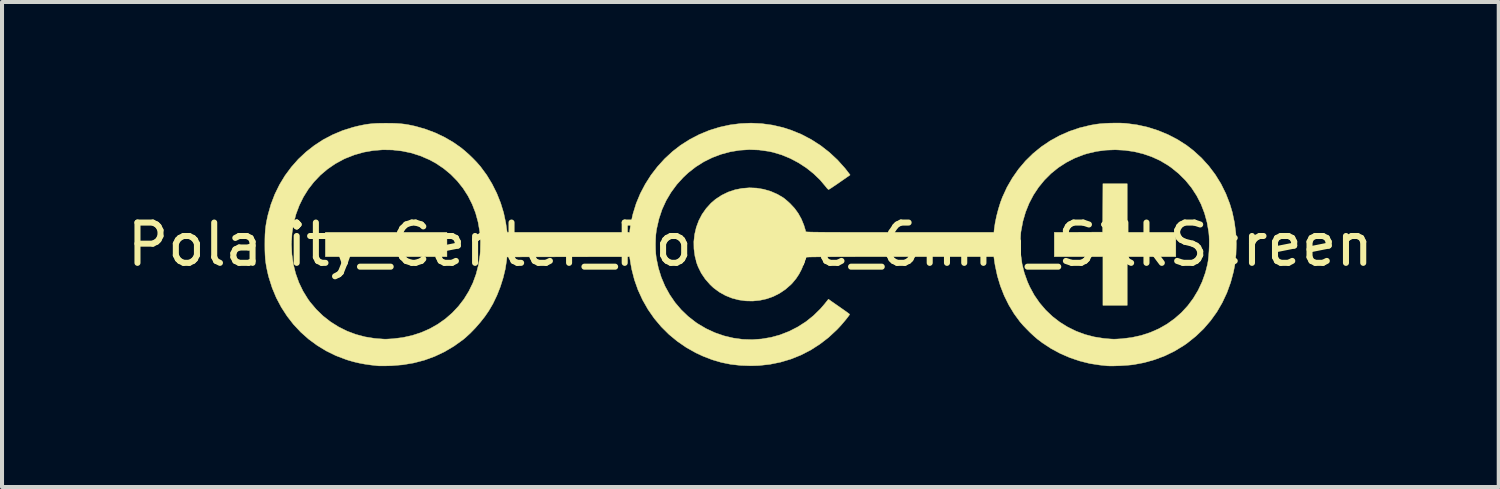
<source format=kicad_pcb>
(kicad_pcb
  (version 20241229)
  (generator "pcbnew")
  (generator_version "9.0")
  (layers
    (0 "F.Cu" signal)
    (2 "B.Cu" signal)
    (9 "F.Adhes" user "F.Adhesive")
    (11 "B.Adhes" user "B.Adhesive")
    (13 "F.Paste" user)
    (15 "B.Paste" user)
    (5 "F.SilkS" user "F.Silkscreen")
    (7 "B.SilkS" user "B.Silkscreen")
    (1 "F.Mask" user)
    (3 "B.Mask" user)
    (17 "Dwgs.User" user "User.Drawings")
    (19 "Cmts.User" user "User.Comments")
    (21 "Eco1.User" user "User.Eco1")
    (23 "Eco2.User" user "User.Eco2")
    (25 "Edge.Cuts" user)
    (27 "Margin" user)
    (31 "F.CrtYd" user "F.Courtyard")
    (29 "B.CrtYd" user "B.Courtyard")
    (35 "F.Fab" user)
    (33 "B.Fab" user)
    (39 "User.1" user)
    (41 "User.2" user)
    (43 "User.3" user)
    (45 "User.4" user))
  (footprint "Polarity_Center_Positive_6mm_SilkScreen"
    (layer "F.Cu")
    (at 15.577 3.02)
    (property "Reference" "Polarity_Center_Positive_6mm_SilkScreen" (at 0 0 0) (layer "F.SilkS") (effects (font (size 1 1) (thickness 0.15))))
    (attr exclude_from_pos_files exclude_from_bom)
    (fp_poly (pts (xy -7.532 0.302) (xy -10.55 0.302) (xy -10.55 -0.302) (xy -7.532 -0.302) (xy -7.532 0.302)) (stroke (width 0.01) (type solid)) (fill yes) (layer "F.SilkS"))
    (fp_poly (pts (xy 9.355 -0.302) (xy 10.562 -0.302) (xy 10.562 0.302) (xy 9.355 0.302) (xy 9.355 1.509) (xy 8.752 1.509) (xy 8.752 0.302) (xy 7.545 0.302) (xy 7.545 -0.302) (xy 8.145 -0.305) (xy 8.745 -0.308) (xy 8.749 -0.908) (xy 8.752 -1.509) (xy 9.355 -1.509) (xy 9.355 -0.302)) (stroke (width 0.01) (type solid)) (fill yes) (layer "F.SilkS"))
    (fp_poly (pts (xy 9.175 -3.015) (xy 9.284 -3.01) (xy 9.337 -3.006) (xy 9.605 -2.97) (xy 9.869 -2.911) (xy 10.125 -2.829) (xy 10.371 -2.727) (xy 10.606 -2.605) (xy 10.827 -2.464) (xy 11.002 -2.329) (xy 11.202 -2.146) (xy 11.382 -1.947) (xy 11.543 -1.733) (xy 11.684 -1.505) (xy 11.803 -1.264) (xy 11.901 -1.012) (xy 11.965 -0.798) (xy 12.018 -0.544) (xy 12.052 -0.282) (xy 12.064 -0.017) (xy 12.056 0.245) (xy 12.027 0.501) (xy 11.995 0.671) (xy 11.923 0.94) (xy 11.83 1.197) (xy 11.715 1.442) (xy 11.581 1.673) (xy 11.426 1.889) (xy 11.252 2.091) (xy 11.06 2.275) (xy 10.85 2.443) (xy 10.762 2.505) (xy 10.53 2.646) (xy 10.288 2.764) (xy 10.035 2.859) (xy 9.771 2.933) (xy 9.515 2.981) (xy 9.451 2.989) (xy 9.371 2.996) (xy 9.282 3.002) (xy 9.188 3.008) (xy 9.095 3.011) (xy 9.008 3.014) (xy 8.933 3.014) (xy 8.874 3.012) (xy 8.852 3.011) (xy 8.821 3.007) (xy 8.773 3.002) (xy 8.714 2.996) (xy 8.676 2.992) (xy 8.428 2.954) (xy 8.179 2.892) (xy 7.933 2.809) (xy 7.695 2.706) (xy 7.466 2.583) (xy 7.252 2.443) (xy 7.123 2.345) (xy 7.041 2.274) (xy 6.951 2.191) (xy 6.861 2.1) (xy 6.775 2.011) (xy 6.703 1.928) (xy 6.694 1.918) (xy 6.548 1.719) (xy 6.417 1.503) (xy 6.303 1.273) (xy 6.208 1.031) (xy 6.132 0.78) (xy 6.077 0.523) (xy 6.066 0.456) (xy 6.044 0.302) (xy 3.713 0.302) (xy 3.419 0.302) (xy 3.148 0.302) (xy 2.901 0.302) (xy 2.677 0.302) (xy 2.474 0.303) (xy 2.291 0.303) (xy 2.129 0.304) (xy 1.985 0.304) (xy 1.859 0.305) (xy 1.749 0.306) (xy 1.656 0.307) (xy 1.578 0.308) (xy 1.515 0.309) (xy 1.464 0.31) (xy 1.426 0.312) (xy 1.4 0.313) (xy 1.384 0.315) (xy 1.378 0.317) (xy 1.378 0.318) (xy 1.327 0.476) (xy 1.271 0.615) (xy 1.207 0.737) (xy 1.133 0.848) (xy 1.046 0.953) (xy 1.007 0.994) (xy 0.871 1.113) (xy 0.724 1.212) (xy 0.567 1.291) (xy 0.402 1.349) (xy 0.232 1.386) (xy 0.058 1.403) (xy -0.115 1.399) (xy -0.288 1.375) (xy -0.456 1.331) (xy -0.618 1.266) (xy -0.772 1.18) (xy -0.915 1.074) (xy -0.997 0.997) (xy -1.119 0.858) (xy -1.218 0.712) (xy -1.295 0.557) (xy -1.327 0.473) (xy -1.375 0.291) (xy -1.4 0.108) (xy -1.402 0.004) (xy 6.702 0.004) (xy 6.713 0.248) (xy 6.745 0.48) (xy 6.8 0.704) (xy 6.878 0.922) (xy 6.935 1.05) (xy 7.048 1.258) (xy 7.181 1.45) (xy 7.331 1.626) (xy 7.498 1.785) (xy 7.681 1.926) (xy 7.877 2.048) (xy 8.086 2.151) (xy 8.306 2.233) (xy 8.536 2.293) (xy 8.775 2.331) (xy 8.915 2.343) (xy 8.96 2.346) (xy 9 2.348) (xy 9.016 2.349) (xy 9.04 2.349) (xy 9.083 2.347) (xy 9.14 2.344) (xy 9.205 2.34) (xy 9.219 2.339) (xy 9.466 2.309) (xy 9.703 2.257) (xy 9.929 2.183) (xy 10.143 2.089) (xy 10.343 1.975) (xy 10.53 1.841) (xy 10.702 1.69) (xy 10.857 1.522) (xy 10.995 1.337) (xy 11.115 1.137) (xy 11.216 0.923) (xy 11.297 0.695) (xy 11.349 0.49) (xy 11.365 0.396) (xy 11.377 0.284) (xy 11.386 0.16) (xy 11.391 0.033) (xy 11.392 -0.091) (xy 11.388 -0.205) (xy 11.38 -0.298) (xy 11.338 -0.545) (xy 11.274 -0.779) (xy 11.188 -1.002) (xy 11.08 -1.212) (xy 10.952 -1.409) (xy 10.803 -1.592) (xy 10.634 -1.76) (xy 10.445 -1.913) (xy 10.361 -1.971) (xy 10.169 -2.085) (xy 9.963 -2.179) (xy 9.747 -2.253) (xy 9.522 -2.307) (xy 9.291 -2.34) (xy 9.058 -2.352) (xy 8.824 -2.343) (xy 8.592 -2.312) (xy 8.366 -2.259) (xy 8.274 -2.231) (xy 8.05 -2.144) (xy 7.841 -2.036) (xy 7.645 -1.909) (xy 7.465 -1.764) (xy 7.302 -1.601) (xy 7.156 -1.423) (xy 7.028 -1.23) (xy 6.92 -1.024) (xy 6.832 -0.805) (xy 6.765 -0.575) (xy 6.72 -0.335) (xy 6.715 -0.302) (xy 6.711 -0.25) (xy 6.707 -0.181) (xy 6.704 -0.103) (xy 6.702 -0.023) (xy 6.702 0.004) (xy -1.402 0.004) (xy -1.403 -0.074) (xy -1.383 -0.253) (xy -1.342 -0.427) (xy -1.28 -0.594) (xy -1.198 -0.751) (xy -1.096 -0.896) (xy -0.976 -1.028) (xy -0.864 -1.124) (xy -0.713 -1.223) (xy -0.551 -1.302) (xy -0.381 -1.359) (xy -0.205 -1.394) (xy -0.025 -1.408) (xy 0.154 -1.401) (xy 0.332 -1.371) (xy 0.506 -1.32) (xy 0.673 -1.247) (xy 0.811 -1.166) (xy 0.853 -1.135) (xy 0.904 -1.092) (xy 0.957 -1.045) (xy 0.99 -1.014) (xy 1.099 -0.897) (xy 1.19 -0.771) (xy 1.267 -0.632) (xy 1.33 -0.478) (xy 1.378 -0.318) (xy 1.383 -0.316) (xy 1.398 -0.314) (xy 1.423 -0.312) (xy 1.459 -0.311) (xy 1.508 -0.309) (xy 1.57 -0.308) (xy 1.646 -0.307) (xy 1.737 -0.306) (xy 1.845 -0.305) (xy 1.969 -0.304) (xy 2.11 -0.304) (xy 2.271 -0.303) (xy 2.451 -0.303) (xy 2.651 -0.302) (xy 2.873 -0.302) (xy 3.117 -0.302) (xy 3.384 -0.302) (xy 3.676 -0.302) (xy 6.046 -0.302) (xy 6.054 -0.38) (xy 6.077 -0.538) (xy 6.112 -0.707) (xy 6.157 -0.879) (xy 6.208 -1.044) (xy 6.257 -1.174) (xy 6.371 -1.422) (xy 6.506 -1.655) (xy 6.659 -1.873) (xy 6.83 -2.075) (xy 7.018 -2.259) (xy 7.221 -2.425) (xy 7.44 -2.573) (xy 7.672 -2.701) (xy 7.917 -2.809) (xy 8.173 -2.896) (xy 8.44 -2.961) (xy 8.593 -2.987) (xy 8.689 -2.999) (xy 8.803 -3.007) (xy 8.927 -3.013) (xy 9.053 -3.015) (xy 9.175 -3.015)) (stroke (width 0.01) (type solid)) (fill yes) (layer "F.SilkS"))
    (fp_poly (pts (xy 0.284 -3.001) (xy 0.547 -2.965) (xy 0.807 -2.905) (xy 1.012 -2.839) (xy 1.268 -2.734) (xy 1.512 -2.606) (xy 1.744 -2.457) (xy 1.961 -2.288) (xy 2.163 -2.1) (xy 2.349 -1.893) (xy 2.443 -1.772) (xy 2.477 -1.727) (xy 2.217 -1.546) (xy 2.145 -1.496) (xy 2.079 -1.452) (xy 2.023 -1.414) (xy 1.98 -1.386) (xy 1.951 -1.369) (xy 1.941 -1.364) (xy 1.927 -1.374) (xy 1.903 -1.398) (xy 1.876 -1.432) (xy 1.733 -1.602) (xy 1.57 -1.759) (xy 1.391 -1.902) (xy 1.198 -2.028) (xy 0.995 -2.136) (xy 0.783 -2.224) (xy 0.568 -2.289) (xy 0.458 -2.313) (xy 0.217 -2.347) (xy -0.023 -2.356) (xy -0.261 -2.341) (xy -0.494 -2.303) (xy -0.722 -2.242) (xy -0.943 -2.159) (xy -1.154 -2.055) (xy -1.354 -1.929) (xy -1.542 -1.782) (xy -1.66 -1.672) (xy -1.826 -1.49) (xy -1.969 -1.296) (xy -2.091 -1.09) (xy -2.191 -0.872) (xy -2.268 -0.641) (xy -2.324 -0.398) (xy -2.334 -0.34) (xy -2.346 -0.243) (xy -2.352 -0.129) (xy -2.355 -0.007) (xy -2.353 0.115) (xy -2.347 0.229) (xy -2.336 0.328) (xy -2.334 0.338) (xy -2.284 0.58) (xy -2.212 0.813) (xy -2.118 1.035) (xy -2.003 1.244) (xy -1.869 1.44) (xy -1.716 1.62) (xy -1.545 1.784) (xy -1.356 1.931) (xy -1.308 1.964) (xy -1.098 2.088) (xy -0.88 2.189) (xy -0.654 2.267) (xy -0.423 2.322) (xy -0.189 2.354) (xy 0.047 2.361) (xy 0.283 2.344) (xy 0.518 2.304) (xy 0.735 2.244) (xy 0.963 2.155) (xy 1.178 2.045) (xy 1.381 1.915) (xy 1.569 1.764) (xy 1.741 1.595) (xy 1.845 1.474) (xy 1.938 1.357) (xy 1.997 1.399) (xy 2.026 1.42) (xy 2.071 1.451) (xy 2.128 1.491) (xy 2.193 1.536) (xy 2.26 1.583) (xy 2.323 1.627) (xy 2.378 1.666) (xy 2.422 1.698) (xy 2.451 1.72) (xy 2.464 1.732) (xy 2.465 1.732) (xy 2.457 1.749) (xy 2.434 1.781) (xy 2.401 1.825) (xy 2.359 1.877) (xy 2.311 1.934) (xy 2.261 1.993) (xy 2.21 2.049) (xy 2.162 2.1) (xy 2.144 2.118) (xy 1.941 2.307) (xy 1.724 2.474) (xy 1.496 2.62) (xy 1.257 2.743) (xy 1.009 2.843) (xy 0.751 2.92) (xy 0.486 2.974) (xy 0.214 3.004) (xy 0.013 3.01) (xy -0.244 3.001) (xy -0.486 2.974) (xy -0.719 2.927) (xy -0.947 2.86) (xy -1.175 2.772) (xy -1.349 2.691) (xy -1.587 2.558) (xy -1.811 2.404) (xy -2.02 2.232) (xy -2.212 2.041) (xy -2.386 1.834) (xy -2.541 1.611) (xy -2.676 1.374) (xy -2.789 1.127) (xy -2.878 0.876) (xy -2.944 0.619) (xy -2.97 0.477) (xy -2.998 0.302) (xy -6.042 0.308) (xy -6.051 0.396) (xy -6.084 0.609) (xy -6.137 0.829) (xy -6.207 1.05) (xy -6.292 1.265) (xy -6.39 1.469) (xy -6.494 1.647) (xy -6.592 1.789) (xy -6.704 1.931) (xy -6.825 2.07) (xy -6.95 2.199) (xy -7.074 2.313) (xy -7.133 2.362) (xy -7.359 2.524) (xy -7.594 2.663) (xy -7.838 2.778) (xy -8.093 2.871) (xy -8.357 2.94) (xy -8.631 2.986) (xy -8.914 3.009) (xy -8.972 3.01) (xy -9.049 3.012) (xy -9.12 3.012) (xy -9.181 3.012) (xy -9.227 3.012) (xy -9.248 3.01) (xy -9.419 2.991) (xy -9.571 2.969) (xy -9.71 2.943) (xy -9.843 2.912) (xy -9.976 2.874) (xy -10.041 2.853) (xy -10.291 2.758) (xy -10.529 2.641) (xy -10.754 2.504) (xy -10.965 2.349) (xy -11.161 2.175) (xy -11.34 1.984) (xy -11.501 1.777) (xy -11.644 1.556) (xy -11.768 1.322) (xy -11.871 1.075) (xy -11.953 0.817) (xy -11.97 0.752) (xy -11.995 0.641) (xy -12.015 0.541) (xy -12.03 0.446) (xy -12.041 0.351) (xy -12.047 0.249) (xy -12.051 0.134) (xy -12.052 0) (xy -12.052 -0.006) (xy -11.392 -0.006) (xy -11.381 0.243) (xy -11.346 0.486) (xy -11.288 0.719) (xy -11.208 0.942) (xy -11.106 1.155) (xy -10.982 1.356) (xy -10.929 1.429) (xy -10.776 1.61) (xy -10.607 1.774) (xy -10.423 1.918) (xy -10.225 2.043) (xy -10.015 2.148) (xy -9.794 2.231) (xy -9.565 2.292) (xy -9.33 2.33) (xy -9.236 2.338) (xy -9.177 2.342) (xy -9.126 2.346) (xy -9.088 2.348) (xy -9.072 2.349) (xy -9.051 2.349) (xy -9.01 2.347) (xy -8.955 2.344) (xy -8.89 2.34) (xy -8.872 2.339) (xy -8.627 2.309) (xy -8.393 2.257) (xy -8.169 2.184) (xy -7.956 2.09) (xy -7.757 1.977) (xy -7.571 1.846) (xy -7.401 1.698) (xy -7.246 1.533) (xy -7.108 1.354) (xy -6.989 1.16) (xy -6.888 0.954) (xy -6.808 0.735) (xy -6.749 0.505) (xy -6.712 0.266) (xy -6.704 0.17) (xy -6.699 -0.079) (xy -6.718 -0.322) (xy -6.759 -0.557) (xy -6.821 -0.784) (xy -6.905 -1) (xy -7.009 -1.206) (xy -7.133 -1.399) (xy -7.276 -1.578) (xy -7.437 -1.742) (xy -7.616 -1.89) (xy -7.812 -2.021) (xy -7.966 -2.104) (xy -8.185 -2.199) (xy -8.412 -2.272) (xy -8.646 -2.321) (xy -8.883 -2.348) (xy -9.122 -2.352) (xy -9.361 -2.333) (xy -9.596 -2.292) (xy -9.826 -2.227) (xy -10.048 -2.14) (xy -10.094 -2.119) (xy -10.304 -2.005) (xy -10.497 -1.872) (xy -10.674 -1.722) (xy -10.833 -1.555) (xy -10.974 -1.374) (xy -11.096 -1.178) (xy -11.198 -0.97) (xy -11.28 -0.751) (xy -11.339 -0.522) (xy -11.377 -0.285) (xy -11.392 -0.039) (xy -11.392 -0.006) (xy -12.052 -0.006) (xy -12.051 -0.134) (xy -12.048 -0.249) (xy -12.041 -0.351) (xy -12.031 -0.446) (xy -12.016 -0.541) (xy -11.996 -0.641) (xy -11.975 -0.736) (xy -11.901 -0.997) (xy -11.805 -1.248) (xy -11.688 -1.486) (xy -11.551 -1.712) (xy -11.395 -1.922) (xy -11.222 -2.118) (xy -11.031 -2.297) (xy -10.825 -2.458) (xy -10.605 -2.602) (xy -10.37 -2.725) (xy -10.123 -2.829) (xy -9.865 -2.91) (xy -9.745 -2.94) (xy -9.642 -2.962) (xy -9.55 -2.98) (xy -9.465 -2.992) (xy -9.379 -3.001) (xy -9.288 -3.007) (xy -9.184 -3.01) (xy -9.063 -3.011) (xy -9.035 -3.011) (xy -8.9 -3.01) (xy -8.784 -3.006) (xy -8.681 -2.999) (xy -8.584 -2.988) (xy -8.486 -2.972) (xy -8.383 -2.951) (xy -8.312 -2.935) (xy -8.067 -2.865) (xy -7.825 -2.774) (xy -7.591 -2.663) (xy -7.37 -2.534) (xy -7.178 -2.399) (xy -7.087 -2.324) (xy -6.988 -2.236) (xy -6.889 -2.141) (xy -6.796 -2.045) (xy -6.716 -1.954) (xy -6.696 -1.93) (xy -6.545 -1.725) (xy -6.411 -1.504) (xy -6.295 -1.272) (xy -6.199 -1.031) (xy -6.124 -0.786) (xy -6.072 -0.54) (xy -6.061 -0.465) (xy -6.054 -0.413) (xy -6.047 -0.367) (xy -6.042 -0.335) (xy -6.041 -0.33) (xy -6.035 -0.302) (xy -2.993 -0.302) (xy -2.993 -0.332) (xy -2.99 -0.364) (xy -2.983 -0.415) (xy -2.972 -0.48) (xy -2.959 -0.553) (xy -2.944 -0.627) (xy -2.929 -0.699) (xy -2.914 -0.761) (xy -2.911 -0.772) (xy -2.834 -1.02) (xy -2.733 -1.263) (xy -2.61 -1.497) (xy -2.468 -1.721) (xy -2.306 -1.932) (xy -2.127 -2.129) (xy -1.932 -2.309) (xy -1.735 -2.462) (xy -1.507 -2.607) (xy -1.269 -2.731) (xy -1.022 -2.833) (xy -0.768 -2.912) (xy -0.508 -2.969) (xy -0.245 -3.003) (xy 0.019 -3.014) (xy 0.284 -3.001)) (stroke (width 0.01) (type solid)) (fill yes) (layer "F.SilkS")))
  (gr_rect
    (start -3 -3)
    (end 34.155 9.04)
    (stroke (width 0.1) (type default))
    (fill no)
    (layer "Edge.Cuts")))
</source>
